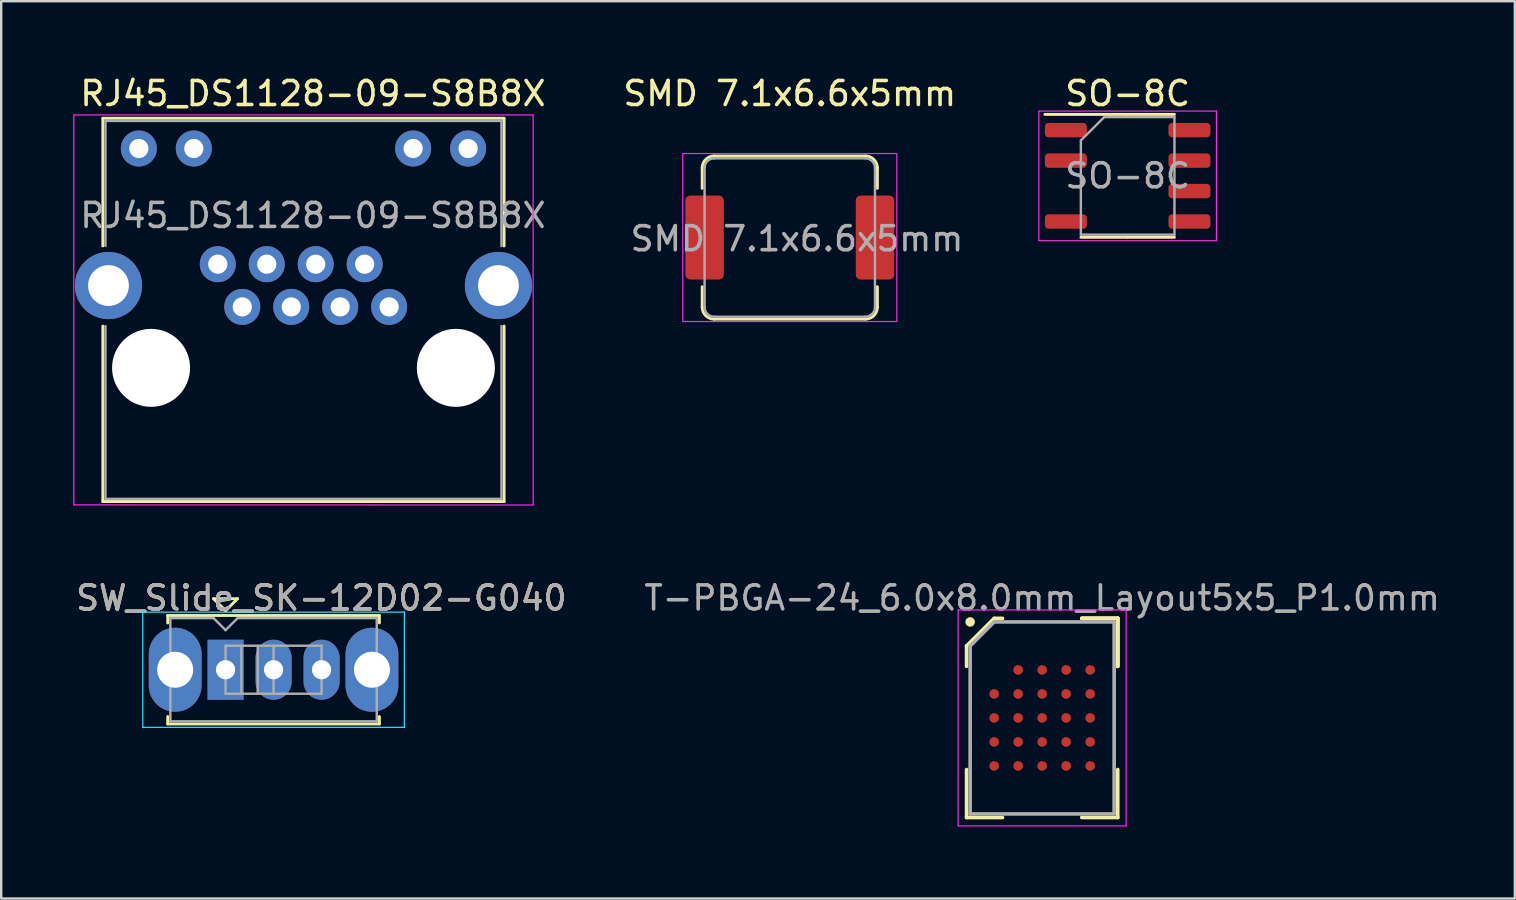
<source format=kicad_pcb>
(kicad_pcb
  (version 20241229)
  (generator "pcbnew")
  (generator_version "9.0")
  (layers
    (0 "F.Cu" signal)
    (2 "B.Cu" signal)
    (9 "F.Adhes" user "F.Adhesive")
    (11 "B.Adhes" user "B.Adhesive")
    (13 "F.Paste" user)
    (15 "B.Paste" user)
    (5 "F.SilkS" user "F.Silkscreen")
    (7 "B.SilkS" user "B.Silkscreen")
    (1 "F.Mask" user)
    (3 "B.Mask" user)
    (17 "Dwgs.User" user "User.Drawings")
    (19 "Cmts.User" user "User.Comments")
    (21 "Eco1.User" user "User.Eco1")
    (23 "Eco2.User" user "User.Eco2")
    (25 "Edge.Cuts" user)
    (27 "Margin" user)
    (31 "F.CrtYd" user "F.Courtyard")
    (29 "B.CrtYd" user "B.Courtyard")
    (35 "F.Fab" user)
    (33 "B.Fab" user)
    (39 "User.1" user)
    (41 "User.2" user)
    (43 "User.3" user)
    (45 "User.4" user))
  (footprint "SW_Slide_SK-12D02-G040"
    (layer "F.Cu")
    (at 6.349 24.857)
    (property "Reference" "SW_Slide_SK-12D02-G040" (at 3.99 -2.99 0) (layer "F.SilkS") (effects (font (size 1 1) (thickness 0.15))))
    (attr through_hole)
    (fp_line (start -2.41 -2.26) (end 6.41 -2.26) (stroke (width 0.12) (type solid)) (layer "F.SilkS"))
    (fp_line (start -2.41 -1.95) (end -2.41 -2.26) (stroke (width 0.12) (type solid)) (layer "F.SilkS"))
    (fp_line (start -2.41 2.26) (end -2.41 1.95) (stroke (width 0.12) (type solid)) (layer "F.SilkS"))
    (fp_line (start -0.5 -2.96) (end 0 -2.46) (stroke (width 0.12) (type solid)) (layer "F.SilkS"))
    (fp_line (start 0 -2.46) (end 0.5 -2.96) (stroke (width 0.12) (type solid)) (layer "F.SilkS"))
    (fp_line (start 0.5 -2.96) (end -0.5 -2.96) (stroke (width 0.12) (type solid)) (layer "F.SilkS"))
    (fp_line (start 6.41 -2.26) (end 6.41 -1.95) (stroke (width 0.12) (type solid)) (layer "F.SilkS"))
    (fp_line (start 6.41 2.26) (end -2.41 2.26) (stroke (width 0.12) (type solid)) (layer "F.SilkS"))
    (fp_line (start 6.41 2.26) (end 6.41 1.95) (stroke (width 0.12) (type solid)) (layer "F.SilkS"))
    (fp_line (start -3.45 -2.4) (end 7.45 -2.4) (stroke (width 0.05) (type solid)) (layer "B.CrtYd"))
    (fp_line (start -3.45 2.4) (end -3.45 -2.4) (stroke (width 0.05) (type solid)) (layer "B.CrtYd"))
    (fp_line (start 7.45 -2.4) (end 7.45 2.4) (stroke (width 0.05) (type solid)) (layer "B.CrtYd"))
    (fp_line (start 7.45 2.4) (end -3.45 2.4) (stroke (width 0.05) (type solid)) (layer "B.CrtYd"))
    (fp_line (start -2.3 -2.15) (end -0.5 -2.15) (stroke (width 0.1) (type solid)) (layer "F.Fab"))
    (fp_line (start -2.3 2.15) (end -2.3 -2.15) (stroke (width 0.1) (type solid)) (layer "F.Fab"))
    (fp_line (start -0.5 -2.15) (end 0 -1.65) (stroke (width 0.1) (type solid)) (layer "F.Fab"))
    (fp_line (start 0 -1.65) (end 0.5 -2.15) (stroke (width 0.1) (type solid)) (layer "F.Fab"))
    (fp_line (start 0 -1) (end 0 1) (stroke (width 0.1) (type solid)) (layer "F.Fab"))
    (fp_line (start 0 -1) (end 4 -1) (stroke (width 0.1) (type solid)) (layer "F.Fab"))
    (fp_line (start 0 1) (end 4 1) (stroke (width 0.1) (type solid)) (layer "F.Fab"))
    (fp_line (start 0.5 -2.15) (end 6.3 -2.15) (stroke (width 0.1) (type solid)) (layer "F.Fab"))
    (fp_line (start 0.66 -1) (end 0.66 1) (stroke (width 0.1) (type solid)) (layer "F.Fab"))
    (fp_line (start 1.34 -1) (end 1.34 1) (stroke (width 0.1) (type solid)) (layer "F.Fab"))
    (fp_line (start 2 -1) (end 2 1) (stroke (width 0.1) (type solid)) (layer "F.Fab"))
    (fp_line (start 4 -1) (end 4 1) (stroke (width 0.1) (type solid)) (layer "F.Fab"))
    (fp_line (start 6.3 -2.15) (end 6.3 2.15) (stroke (width 0.1) (type solid)) (layer "F.Fab"))
    (fp_line (start 6.3 2.15) (end -2.3 2.15) (stroke (width 0.1) (type solid)) (layer "F.Fab"))
    (fp_text user "${REFERENCE}" (at 3.99 -2.99 0) (layer "F.Fab") (effects (font (size 1 1) (thickness 0.15))))
    (pad "" thru_hole oval (at -2.1 0) (size 2.2 3.5) (drill 1.5) (layers "*.Cu" "*.Mask"))
    (pad "" thru_hole oval (at 6.1 0) (size 2.2 3.5) (drill 1.5) (layers "*.Cu" "*.Mask"))
    (pad "1" thru_hole rect (at 0 0) (size 1.5 2.5) (drill 0.8) (layers "*.Cu" "*.Mask"))
    (pad "2" thru_hole oval (at 2 0) (size 1.5 2.5) (drill 0.8) (layers "*.Cu" "*.Mask"))
    (pad "3" thru_hole oval (at 4 0) (size 1.5 2.5) (drill 0.8) (layers "*.Cu" "*.Mask")))
  (footprint "SMD 7.1x6.6x5mm"
    (layer "F.Cu")
    (at 29.859 6.848)
    (property "Reference" "SMD 7.1x6.6x5mm" (at 0 -6 0) (unlocked yes) (layer "F.SilkS") (effects (font (size 1 1) (thickness 0.15))))
    (attr smd)
    (fp_line (start -3.65 -2.9) (end -3.65 -2.05) (stroke (width 0.12) (type solid)) (layer "F.SilkS"))
    (fp_line (start -3.65 2.9) (end -3.65 2.05) (stroke (width 0.12) (type solid)) (layer "F.SilkS"))
    (fp_line (start -3.15 3.4) (end 3.15 3.4) (stroke (width 0.12) (type solid)) (layer "F.SilkS"))
    (fp_line (start 3.15 -3.4) (end -3.15 -3.4) (stroke (width 0.12) (type solid)) (layer "F.SilkS"))
    (fp_line (start 3.65 -2.9) (end 3.65 -2.05) (stroke (width 0.12) (type solid)) (layer "F.SilkS"))
    (fp_line (start 3.65 2.9) (end 3.65 2.05) (stroke (width 0.12) (type solid)) (layer "F.SilkS"))
    (fp_arc (start -3.65 -2.9) (mid -3.503553 -3.253553) (end -3.15 -3.4) (stroke (width 0.12) (type solid)) (layer "F.SilkS"))
    (fp_arc (start -3.15 3.4) (mid -3.503553 3.253553) (end -3.65 2.9) (stroke (width 0.12) (type solid)) (layer "F.SilkS"))
    (fp_arc (start 3.15 -3.4) (mid 3.503553 -3.253553) (end 3.65 -2.9) (stroke (width 0.12) (type solid)) (layer "F.SilkS"))
    (fp_arc (start 3.65 2.9) (mid 3.503553 3.253553) (end 3.15 3.4) (stroke (width 0.12) (type solid)) (layer "F.SilkS"))
    (fp_rect (start -4.46 -3.5) (end 4.46 3.5) (stroke (width 0.05) (type solid)) (fill no) (layer "F.CrtYd"))
    (fp_line (start -3.55 2.9) (end -3.55 -2.9) (stroke (width 0.1) (type solid)) (layer "F.Fab"))
    (fp_line (start -3.15 -3.3) (end 3.15 -3.3) (stroke (width 0.1) (type solid)) (layer "F.Fab"))
    (fp_line (start -3.15 3.3) (end 3.15 3.3) (stroke (width 0.1) (type solid)) (layer "F.Fab"))
    (fp_line (start 3.55 2.9) (end 3.55 -2.9) (stroke (width 0.1) (type solid)) (layer "F.Fab"))
    (fp_arc (start -3.55 -2.9) (mid -3.432843 -3.182843) (end -3.15 -3.3) (stroke (width 0.1) (type solid)) (layer "F.Fab"))
    (fp_arc (start -3.15 3.3) (mid -3.432843 3.182843) (end -3.55 2.9) (stroke (width 0.1) (type solid)) (layer "F.Fab"))
    (fp_arc (start 3.15 -3.3) (mid 3.432843 -3.182843) (end 3.55 -2.9) (stroke (width 0.1) (type solid)) (layer "F.Fab"))
    (fp_arc (start 3.55 2.9) (mid 3.432843 3.182843) (end 3.15 3.3) (stroke (width 0.1) (type solid)) (layer "F.Fab"))
    (fp_text user "${REFERENCE}" (at 0.3 0.05 0) (unlocked yes) (layer "F.Fab") (effects (font (size 1 1) (thickness 0.15))))
    (pad "1" smd roundrect (at -3.55 0) (size 1.6 3.5) (layers "F.Cu" "F.Mask" "F.Paste") (roundrect_rratio 0.125))
    (pad "2" smd roundrect (at 3.55 0) (size 1.6 3.5) (layers "F.Cu" "F.Mask" "F.Paste") (roundrect_rratio 0.125)))
  (footprint "SO-8C"
    (layer "F.Cu")
    (at 43.938 4.277)
    (property "Reference" "SO-8C" (at 0 -3.429 0) (layer "F.SilkS") (effects (font (size 1 1) (thickness 0.15))))
    (attr smd)
    (fp_line (start 0 -2.56) (end -3.45 -2.56) (stroke (width 0.12) (type solid)) (layer "F.SilkS"))
    (fp_line (start 0 -2.56) (end 1.95 -2.56) (stroke (width 0.12) (type solid)) (layer "F.SilkS"))
    (fp_line (start 0 2.56) (end -1.95 2.56) (stroke (width 0.12) (type solid)) (layer "F.SilkS"))
    (fp_line (start 0 2.56) (end 1.95 2.56) (stroke (width 0.12) (type solid)) (layer "F.SilkS"))
    (fp_line (start -3.7 -2.7) (end -3.7 2.7) (stroke (width 0.05) (type solid)) (layer "F.CrtYd"))
    (fp_line (start -3.7 2.7) (end 3.7 2.7) (stroke (width 0.05) (type solid)) (layer "F.CrtYd"))
    (fp_line (start 3.7 -2.7) (end -3.7 -2.7) (stroke (width 0.05) (type solid)) (layer "F.CrtYd"))
    (fp_line (start 3.7 2.7) (end 3.7 -2.7) (stroke (width 0.05) (type solid)) (layer "F.CrtYd"))
    (fp_line (start -1.95 -1.475) (end -0.975 -2.45) (stroke (width 0.1) (type solid)) (layer "F.Fab"))
    (fp_line (start -1.95 2.45) (end -1.95 -1.475) (stroke (width 0.1) (type solid)) (layer "F.Fab"))
    (fp_line (start -0.975 -2.45) (end 1.95 -2.45) (stroke (width 0.1) (type solid)) (layer "F.Fab"))
    (fp_line (start 1.95 -2.45) (end 1.95 2.45) (stroke (width 0.1) (type solid)) (layer "F.Fab"))
    (fp_line (start 1.95 2.45) (end -1.95 2.45) (stroke (width 0.1) (type solid)) (layer "F.Fab"))
    (fp_text user "${REFERENCE}" (at 0 0 0) (layer "F.Fab") (effects (font (size 1 1) (thickness 0.15))))
    (pad "1" smd roundrect (at -2.575 -1.905) (size 1.75 0.6) (layers "F.Cu" "F.Mask" "F.Paste") (roundrect_rratio 0.25))
    (pad "2" smd roundrect (at -2.575 -0.635) (size 1.75 0.6) (layers "F.Cu" "F.Mask" "F.Paste") (roundrect_rratio 0.25))
    (pad "4" smd roundrect (at -2.575 1.905) (size 1.75 0.6) (layers "F.Cu" "F.Mask" "F.Paste") (roundrect_rratio 0.25))
    (pad "5" smd roundrect (at 2.575 1.905) (size 1.75 0.6) (layers "F.Cu" "F.Mask" "F.Paste") (roundrect_rratio 0.25))
    (pad "6" smd roundrect (at 2.575 0.635) (size 1.75 0.6) (layers "F.Cu" "F.Mask" "F.Paste") (roundrect_rratio 0.25))
    (pad "7" smd roundrect (at 2.575 -0.635) (size 1.75 0.6) (layers "F.Cu" "F.Mask" "F.Paste") (roundrect_rratio 0.25))
    (pad "8" smd roundrect (at 2.575 -1.905) (size 1.75 0.6) (layers "F.Cu" "F.Mask" "F.Paste") (roundrect_rratio 0.25)))
  (footprint "T-PBGA-24_6.0x8.0mm_Layout5x5_P1.0mm"
    (layer "F.Cu")
    (at 40.375 26.866)
    (property "Reference" "T-PBGA-24_6.0x8.0mm_Layout5x5_P1.0mm" (at 0 -5 0) (layer "F.Fab") (effects (font (size 1 1) (thickness 0.15))))
    (attr smd)
    (fp_line (start -3.15 -3) (end -3.15 -2.15) (stroke (width 0.15) (type solid)) (layer "F.SilkS"))
    (fp_line (start -3.15 4.15) (end -3.15 2.15) (stroke (width 0.15) (type solid)) (layer "F.SilkS"))
    (fp_line (start -2 -4.15) (end -3.15 -3) (stroke (width 0.15) (type solid)) (layer "F.SilkS"))
    (fp_line (start -1.65 -4.15) (end -2 -4.15) (stroke (width 0.15) (type solid)) (layer "F.SilkS"))
    (fp_line (start -1.65 4.15) (end -3.15 4.15) (stroke (width 0.15) (type solid)) (layer "F.SilkS"))
    (fp_line (start 1.65 -4.15) (end 3.15 -4.15) (stroke (width 0.15) (type solid)) (layer "F.SilkS"))
    (fp_line (start 1.65 -4.15) (end 3.15 -4.15) (stroke (width 0.15) (type solid)) (layer "F.SilkS"))
    (fp_line (start 1.65 -4.15) (end 3.15 -4.15) (stroke (width 0.15) (type solid)) (layer "F.SilkS"))
    (fp_line (start 1.65 4.15) (end 3.15 4.15) (stroke (width 0.15) (type solid)) (layer "F.SilkS"))
    (fp_line (start 3.15 -4.15) (end 3.15 -2.15) (stroke (width 0.15) (type solid)) (layer "F.SilkS"))
    (fp_line (start 3.15 -4.15) (end 3.15 -2.15) (stroke (width 0.15) (type solid)) (layer "F.SilkS"))
    (fp_line (start 3.15 -4.15) (end 3.15 -2.15) (stroke (width 0.15) (type solid)) (layer "F.SilkS"))
    (fp_line (start 3.15 4.15) (end 3.15 2.15) (stroke (width 0.15) (type solid)) (layer "F.SilkS"))
    (fp_circle (center -3 -4) (end -3 -3.9) (stroke (width 0.2) (type solid)) (fill no) (layer "F.SilkS"))
    (fp_line (start -3.5 -4.5) (end 3.5 -4.5) (stroke (width 0.05) (type solid)) (layer "F.CrtYd"))
    (fp_line (start -3.5 4.5) (end -3.5 -4.5) (stroke (width 0.05) (type solid)) (layer "F.CrtYd"))
    (fp_line (start 3.5 -4.5) (end 3.5 4.5) (stroke (width 0.05) (type solid)) (layer "F.CrtYd"))
    (fp_line (start 3.5 4.5) (end -3.5 4.5) (stroke (width 0.05) (type solid)) (layer "F.CrtYd"))
    (fp_line (start -3 -3) (end -3 4) (stroke (width 0.15) (type solid)) (layer "F.Fab"))
    (fp_line (start -3 4) (end 3 4) (stroke (width 0.15) (type solid)) (layer "F.Fab"))
    (fp_line (start -2 -4) (end -3 -3) (stroke (width 0.15) (type solid)) (layer "F.Fab"))
    (fp_line (start 3 -4) (end -2 -4) (stroke (width 0.15) (type solid)) (layer "F.Fab"))
    (fp_line (start 3 4) (end 3 -4) (stroke (width 0.15) (type solid)) (layer "F.Fab"))
    (pad "A2" smd circle (at -1 -2) (size 0.4 0.4) (layers "F.Cu" "F.Mask" "F.Paste"))
    (pad "A3" smd circle (at 0 -2) (size 0.4 0.4) (layers "F.Cu" "F.Mask" "F.Paste"))
    (pad "A4" smd circle (at 1 -2) (size 0.4 0.4) (layers "F.Cu" "F.Mask" "F.Paste"))
    (pad "A5" smd circle (at 2 -2) (size 0.4 0.4) (layers "F.Cu" "F.Mask" "F.Paste"))
    (pad "B1" smd circle (at -2 -1) (size 0.4 0.4) (layers "F.Cu" "F.Mask" "F.Paste"))
    (pad "B2" smd circle (at -1 -1) (size 0.4 0.4) (layers "F.Cu" "F.Mask" "F.Paste"))
    (pad "B3" smd circle (at 0 -1) (size 0.4 0.4) (layers "F.Cu" "F.Mask" "F.Paste"))
    (pad "B4" smd circle (at 1 -1) (size 0.4 0.4) (layers "F.Cu" "F.Mask" "F.Paste"))
    (pad "B5" smd circle (at 2 -1) (size 0.4 0.4) (layers "F.Cu" "F.Mask" "F.Paste"))
    (pad "C1" smd circle (at -2 0) (size 0.4 0.4) (layers "F.Cu" "F.Mask" "F.Paste"))
    (pad "C2" smd circle (at -1 0) (size 0.4 0.4) (layers "F.Cu" "F.Mask" "F.Paste"))
    (pad "C3" smd circle (at 0 0) (size 0.4 0.4) (layers "F.Cu" "F.Mask" "F.Paste"))
    (pad "C4" smd circle (at 1 0) (size 0.4 0.4) (layers "F.Cu" "F.Mask" "F.Paste"))
    (pad "C5" smd circle (at 2 0) (size 0.4 0.4) (layers "F.Cu" "F.Mask" "F.Paste"))
    (pad "D1" smd circle (at -2 1) (size 0.4 0.4) (layers "F.Cu" "F.Mask" "F.Paste"))
    (pad "D2" smd circle (at -1 1) (size 0.4 0.4) (layers "F.Cu" "F.Mask" "F.Paste"))
    (pad "D3" smd circle (at 0 1) (size 0.4 0.4) (layers "F.Cu" "F.Mask" "F.Paste"))
    (pad "D4" smd circle (at 1 1) (size 0.4 0.4) (layers "F.Cu" "F.Mask" "F.Paste"))
    (pad "D5" smd circle (at 2 1) (size 0.4 0.4) (layers "F.Cu" "F.Mask" "F.Paste"))
    (pad "E1" smd circle (at -2 2) (size 0.4 0.4) (layers "F.Cu" "F.Mask" "F.Paste"))
    (pad "E2" smd circle (at -1 2) (size 0.4 0.4) (layers "F.Cu" "F.Mask" "F.Paste"))
    (pad "E3" smd circle (at 0 2) (size 0.4 0.4) (layers "F.Cu" "F.Mask" "F.Paste"))
    (pad "E4" smd circle (at 1 2) (size 0.4 0.4) (layers "F.Cu" "F.Mask" "F.Paste"))
    (pad "E5" smd circle (at 2 2) (size 0.4 0.4) (layers "F.Cu" "F.Mask" "F.Paste")))
  (footprint "RJ45_DS1128-09-S8B8X"
    (layer "F.Cu")
    (at 13.165 9.738)
    (property "Reference" "RJ45_DS1128-09-S8B8X" (at -3.175 -8.89 0) (unlocked yes) (layer "F.SilkS") (effects (font (size 1 1) (thickness 0.15))))
    (attr through_hole)
    (fp_line (start -11.93 -7.86) (end -11.93 -2.54) (stroke (width 0.12) (type solid)) (layer "F.SilkS"))
    (fp_line (start -11.93 0.8) (end -11.93 8.11) (stroke (width 0.12) (type solid)) (layer "F.SilkS"))
    (fp_line (start -11.93 8.11) (end 4.79 8.11) (stroke (width 0.12) (type solid)) (layer "F.SilkS"))
    (fp_line (start 4.79 -7.86) (end -11.93 -7.86) (stroke (width 0.12) (type solid)) (layer "F.SilkS"))
    (fp_line (start 4.79 -2.54) (end 4.79 -7.86) (stroke (width 0.12) (type solid)) (layer "F.SilkS"))
    (fp_line (start 4.79 8.11) (end 4.79 0.8) (stroke (width 0.12) (type solid)) (layer "F.SilkS"))
    (fp_line (start -13.14 -8) (end -13.14 8.25) (stroke (width 0.05) (type solid)) (layer "F.CrtYd"))
    (fp_line (start -13.14 8.25) (end 6 8.255) (stroke (width 0.05) (type solid)) (layer "F.CrtYd"))
    (fp_line (start 6 -8) (end -13.14 -8) (stroke (width 0.05) (type solid)) (layer "F.CrtYd"))
    (fp_line (start 6 8.255) (end 6 -8) (stroke (width 0.05) (type solid)) (layer "F.CrtYd"))
    (fp_line (start -11.82 -7.75) (end -11.82 -2.54) (stroke (width 0.1) (type solid)) (layer "F.Fab"))
    (fp_line (start -11.82 8) (end -11.82 0.8) (stroke (width 0.1) (type solid)) (layer "F.Fab"))
    (fp_line (start -11.82 8) (end 4.68 8) (stroke (width 0.1) (type solid)) (layer "F.Fab"))
    (fp_line (start 4.68 -7.75) (end -11.82 -7.75) (stroke (width 0.1) (type solid)) (layer "F.Fab"))
    (fp_line (start 4.68 -2.54) (end 4.68 -7.75) (stroke (width 0.1) (type solid)) (layer "F.Fab"))
    (fp_line (start 4.68 8) (end 4.68 0.8) (stroke (width 0.1) (type solid)) (layer "F.Fab"))
    (fp_text user "${REFERENCE}" (at -3.175 -3.81 0) (unlocked yes) (layer "F.Fab") (effects (font (size 1 1) (thickness 0.15))))
    (pad "" np_thru_hole circle (at -9.92 2.54) (size 3.25 3.25) (drill 3.25) (layers "*.Cu" "*.Mask"))
    (pad "" np_thru_hole circle (at 2.78 2.54) (size 3.25 3.25) (drill 3.25) (layers "*.Cu" "*.Mask"))
    (pad "1" thru_hole circle (at 0 0) (size 1.5 1.5) (drill 0.8) (layers "*.Cu" "*.Mask"))
    (pad "2" thru_hole circle (at -1.02 -1.78) (size 1.5 1.5) (drill 0.8) (layers "*.Cu" "*.Mask"))
    (pad "3" thru_hole circle (at -2.04 0) (size 1.5 1.5) (drill 0.8) (layers "*.Cu" "*.Mask"))
    (pad "4" thru_hole circle (at -3.06 -1.78) (size 1.5 1.5) (drill 0.8) (layers "*.Cu" "*.Mask"))
    (pad "5" thru_hole circle (at -4.08 0) (size 1.5 1.5) (drill 0.8) (layers "*.Cu" "*.Mask"))
    (pad "6" thru_hole circle (at -5.1 -1.78) (size 1.5 1.5) (drill 0.8) (layers "*.Cu" "*.Mask"))
    (pad "7" thru_hole circle (at -6.12 0) (size 1.5 1.5) (drill 0.8) (layers "*.Cu" "*.Mask"))
    (pad "8" thru_hole circle (at -7.14 -1.78) (size 1.5 1.5) (drill 0.8) (layers "*.Cu" "*.Mask"))
    (pad "9" thru_hole circle (at 3.29 -6.6) (size 1.5 1.5) (drill 0.8) (layers "*.Cu" "*.Mask"))
    (pad "10" thru_hole circle (at 1 -6.6) (size 1.5 1.5) (drill 0.8) (layers "*.Cu" "*.Mask"))
    (pad "11" thru_hole circle (at -8.14 -6.6) (size 1.5 1.5) (drill 0.8) (layers "*.Cu" "*.Mask"))
    (pad "12" thru_hole circle (at -10.43 -6.6) (size 1.5 1.5) (drill 0.8) (layers "*.Cu" "*.Mask"))
    (pad "13" thru_hole circle (at 4.555 -0.89) (size 2.8 2.8) (drill 1.7) (layers "*.Cu" "*.Mask"))
    (pad "14" thru_hole circle (at -11.695 -0.89) (size 2.8 2.8) (drill 1.7) (layers "*.Cu" "*.Mask")))
  (gr_rect
    (start -3 -3)
    (end 60.071 34.392)
    (stroke (width 0.1) (type default))
    (fill no)
    (layer "Edge.Cuts")))
</source>
